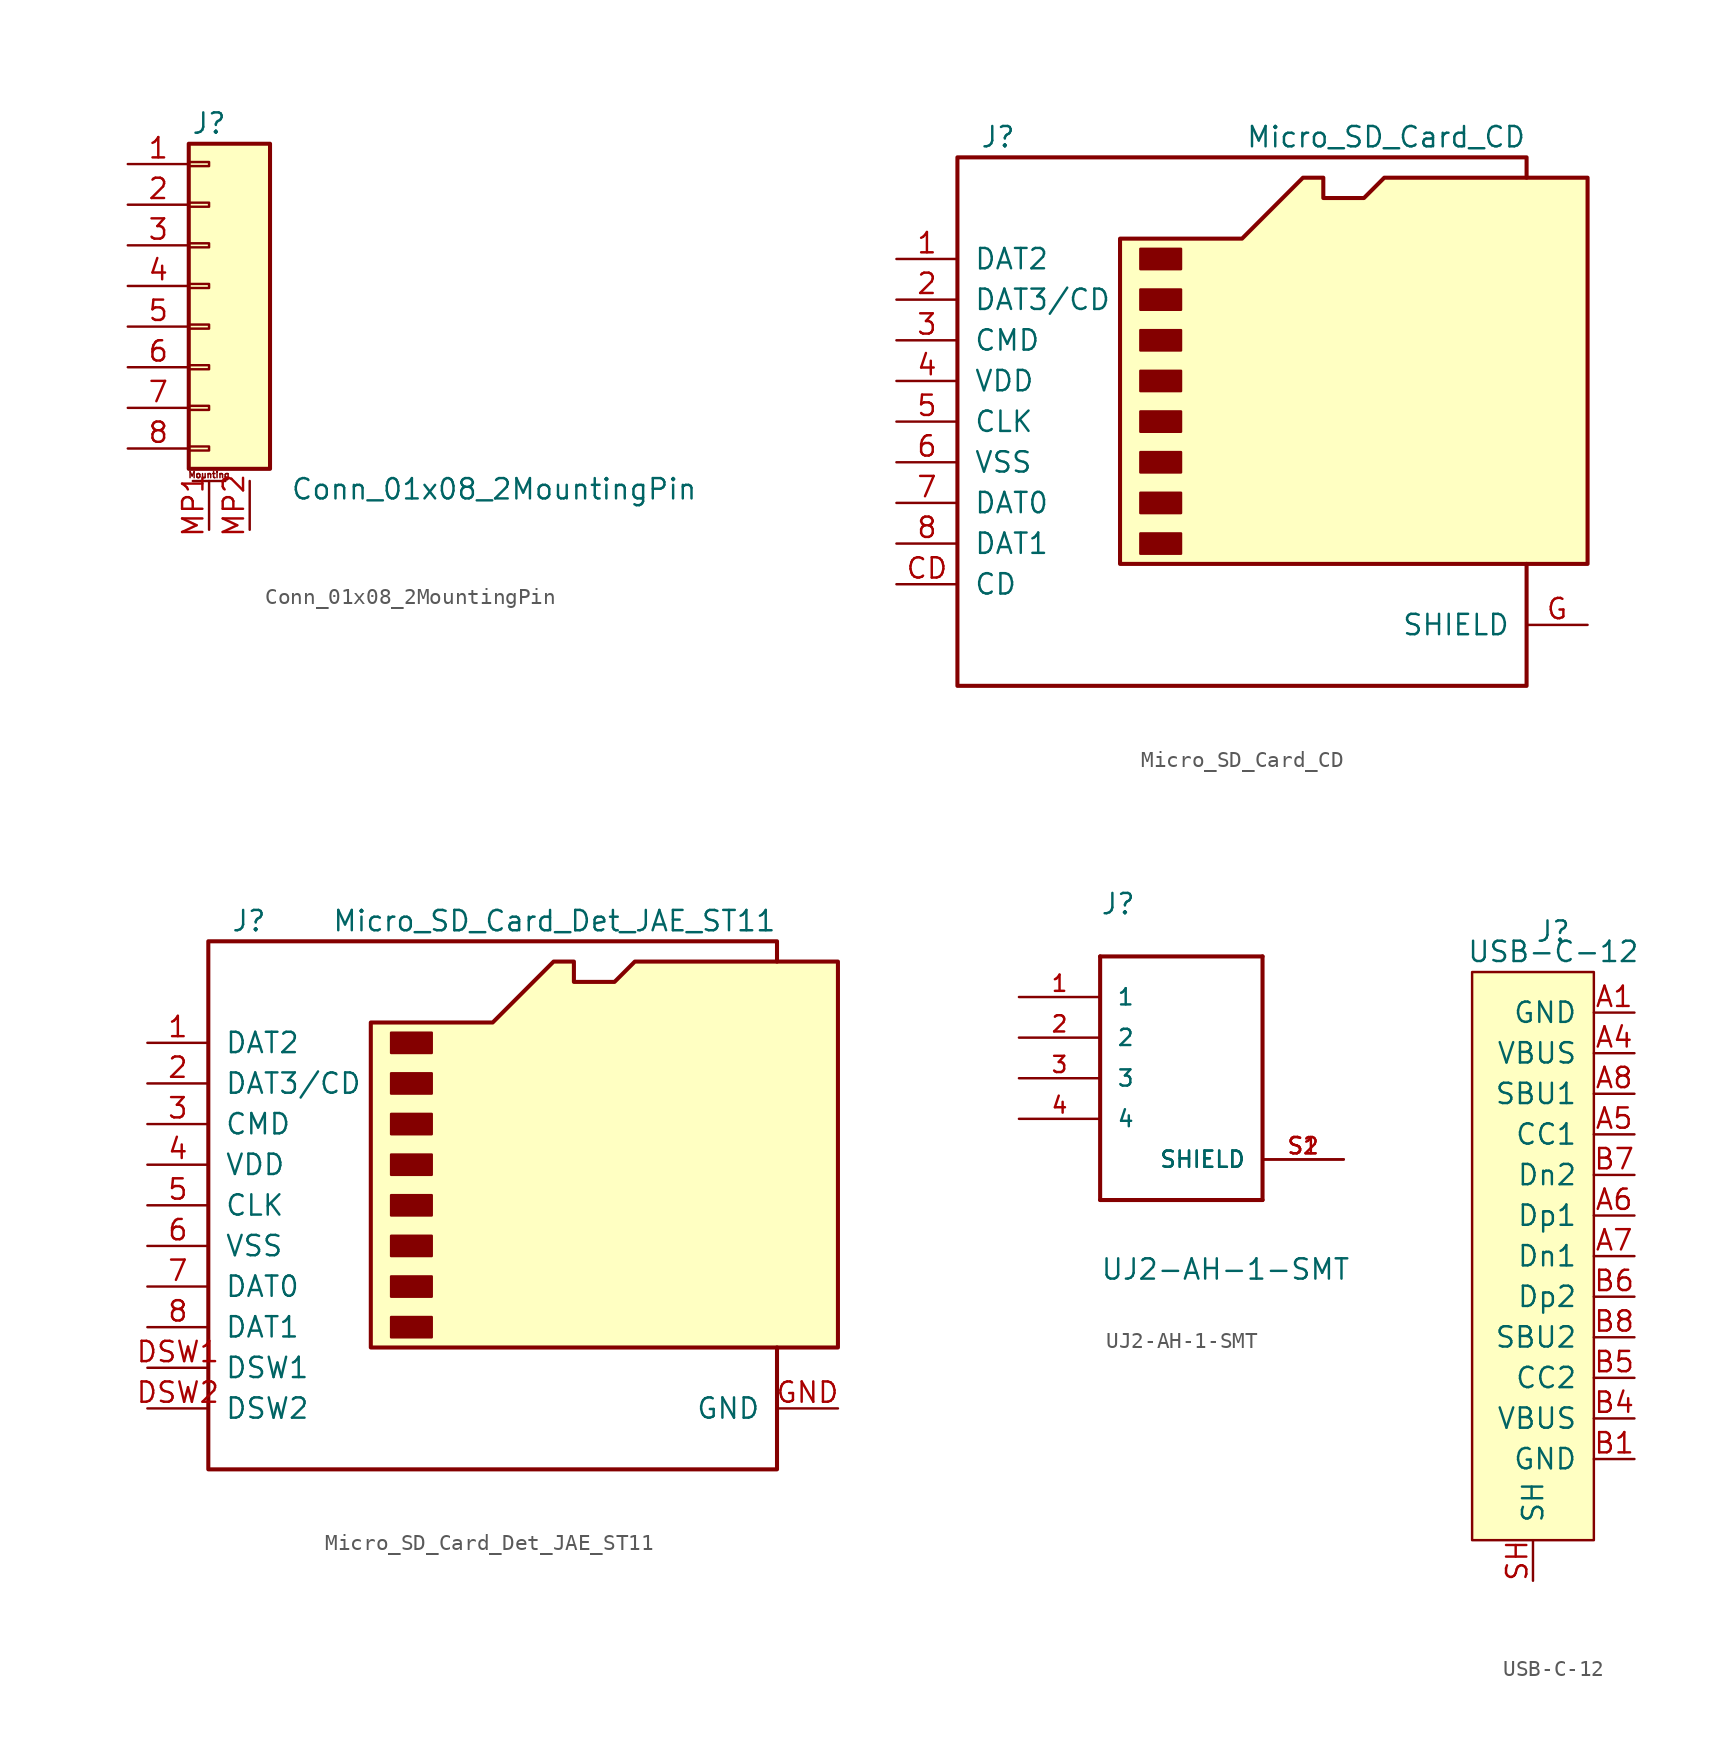
<source format=kicad_sym>
(kicad_symbol_lib
  (version 20220914)
  (generator kicad_symbol_editor)
  (symbol "Conn_01x08_2MountingPin"
    (pin_names
      (offset 1.016) hide)
    (property "Reference" "J"
      (at 0 10.16 0)
      (effects (font (size 1.27 1.27))))
    (property "Value" "Conn_01x08_2MountingPin"
      (at 5.08 -12.7 0)
      (effects (font (size 1.27 1.27)) (justify left)))
    (symbol "Conn_01x08_2MountingPin_1_1"
      (rectangle (start -1.27 -10.033) (end 0 -10.287) (stroke (width 0.152) (type default)) (fill (type none)))
      (rectangle (start -1.27 -7.493) (end 0 -7.747) (stroke (width 0.152) (type default)) (fill (type none)))
      (rectangle (start -1.27 -4.953) (end 0 -5.207) (stroke (width 0.152) (type default)) (fill (type none)))
      (rectangle (start -1.27 -2.413) (end 0 -2.667) (stroke (width 0.152) (type default)) (fill (type none)))
      (rectangle (start -1.27 0.127) (end 0 -0.127) (stroke (width 0.152) (type default)) (fill (type none)))
      (rectangle (start -1.27 2.667) (end 0 2.413) (stroke (width 0.152) (type default)) (fill (type none)))
      (rectangle (start -1.27 5.207) (end 0 4.953) (stroke (width 0.152) (type default)) (fill (type none)))
      (rectangle (start -1.27 7.747) (end 0 7.493) (stroke (width 0.152) (type default)) (fill (type none)))
      (rectangle (start -1.27 8.89) (end 3.81 -11.43) (stroke (width 0.254) (type default)) (fill (type background)))
      (polyline (pts (xy -1.016 -12.192) (xy 1.016 -12.192)) (stroke (width 0.152) (type default)) (fill (type none)))
      (text "Mounting" (at 0 -11.811 0) (effects (font (size 0.381 0.381))))
      (pin passive line (at -5.08 7.62 0) (length 3.81) (name "Pin_1" (effects (font (size 1.27 1.27)))) (number "1" (effects (font (size 1.27 1.27)))))
      (pin passive line (at -5.08 5.08 0) (length 3.81) (name "Pin_2" (effects (font (size 1.27 1.27)))) (number "2" (effects (font (size 1.27 1.27)))))
      (pin passive line (at -5.08 2.54 0) (length 3.81) (name "Pin_3" (effects (font (size 1.27 1.27)))) (number "3" (effects (font (size 1.27 1.27)))))
      (pin passive line (at -5.08 0 0) (length 3.81) (name "Pin_4" (effects (font (size 1.27 1.27)))) (number "4" (effects (font (size 1.27 1.27)))))
      (pin passive line (at -5.08 -2.54 0) (length 3.81) (name "Pin_5" (effects (font (size 1.27 1.27)))) (number "5" (effects (font (size 1.27 1.27)))))
      (pin passive line (at -5.08 -5.08 0) (length 3.81) (name "Pin_6" (effects (font (size 1.27 1.27)))) (number "6" (effects (font (size 1.27 1.27)))))
      (pin passive line (at -5.08 -7.62 0) (length 3.81) (name "Pin_7" (effects (font (size 1.27 1.27)))) (number "7" (effects (font (size 1.27 1.27)))))
      (pin passive line (at -5.08 -10.16 0) (length 3.81) (name "Pin_8" (effects (font (size 1.27 1.27)))) (number "8" (effects (font (size 1.27 1.27)))))
      (pin passive line (at 0 -15.24 90) (length 3.048) (name "MountPin" (effects (font (size 1.27 1.27)))) (number "MP1" (effects (font (size 1.27 1.27)))))
      (pin passive line (at 2.54 -15.24 90) (length 3.048) (name "MountPin" (effects (font (size 1.27 1.27)))) (number "MP2" (effects (font (size 1.27 1.27)))))))
  (symbol "Micro_SD_Card_CD"
    (pin_names
      (offset 1.016))
    (property "Reference" "J"
      (at -16.51 17.78 0)
      (effects (font (size 1.27 1.27))))
    (property "Value" "Micro_SD_Card_CD"
      (at 16.51 17.78 0)
      (effects (font (size 1.27 1.27)) (justify right)))
    (symbol "Micro_SD_Card_CD_0_1"
      (rectangle (start -7.62 -6.985) (end -5.08 -8.255) (stroke (width 0) (type default)) (fill (type outline)))
      (rectangle (start -7.62 -4.445) (end -5.08 -5.715) (stroke (width 0) (type default)) (fill (type outline)))
      (rectangle (start -7.62 -1.905) (end -5.08 -3.175) (stroke (width 0) (type default)) (fill (type outline)))
      (rectangle (start -7.62 0.635) (end -5.08 -0.635) (stroke (width 0) (type default)) (fill (type outline)))
      (rectangle (start -7.62 3.175) (end -5.08 1.905) (stroke (width 0) (type default)) (fill (type outline)))
      (rectangle (start -7.62 5.715) (end -5.08 4.445) (stroke (width 0) (type default)) (fill (type outline)))
      (rectangle (start -7.62 8.255) (end -5.08 6.985) (stroke (width 0) (type default)) (fill (type outline)))
      (rectangle (start -7.62 10.795) (end -5.08 9.525) (stroke (width 0) (type default)) (fill (type outline)))
      (polyline (pts (xy 16.51 15.24) (xy 16.51 16.51) (xy -19.05 16.51) (xy -19.05 -16.51) (xy 16.51 -16.51) (xy 16.51 -8.89)) (stroke (width 0.254) (type default)) (fill (type none)))
      (polyline (pts (xy -8.89 -8.89) (xy -8.89 11.43) (xy -1.27 11.43) (xy 2.54 15.24) (xy 3.81 15.24) (xy 3.81 13.97) (xy 6.35 13.97) (xy 7.62 15.24) (xy 20.32 15.24) (xy 20.32 -8.89) (xy -8.89 -8.89)) (stroke (width 0.254) (type default)) (fill (type background))))
    (symbol "Micro_SD_Card_CD_1_1"
      (pin bidirectional line (at -22.86 10.16 0) (length 3.81) (name "DAT2" (effects (font (size 1.27 1.27)))) (number "1" (effects (font (size 1.27 1.27)))))
      (pin bidirectional line (at -22.86 7.62 0) (length 3.81) (name "DAT3/CD" (effects (font (size 1.27 1.27)))) (number "2" (effects (font (size 1.27 1.27)))))
      (pin input line (at -22.86 5.08 0) (length 3.81) (name "CMD" (effects (font (size 1.27 1.27)))) (number "3" (effects (font (size 1.27 1.27)))))
      (pin power_in line (at -22.86 2.54 0) (length 3.81) (name "VDD" (effects (font (size 1.27 1.27)))) (number "4" (effects (font (size 1.27 1.27)))))
      (pin input line (at -22.86 0 0) (length 3.81) (name "CLK" (effects (font (size 1.27 1.27)))) (number "5" (effects (font (size 1.27 1.27)))))
      (pin power_in line (at -22.86 -2.54 0) (length 3.81) (name "VSS" (effects (font (size 1.27 1.27)))) (number "6" (effects (font (size 1.27 1.27)))))
      (pin input line (at -22.86 -5.08 0) (length 3.81) (name "DAT0" (effects (font (size 1.27 1.27)))) (number "7" (effects (font (size 1.27 1.27)))))
      (pin input line (at -22.86 -7.62 0) (length 3.81) (name "DAT1" (effects (font (size 1.27 1.27)))) (number "8" (effects (font (size 1.27 1.27)))))
      (pin passive line (at -22.86 -10.16 0) (length 3.81) (name "CD" (effects (font (size 1.27 1.27)))) (number "CD" (effects (font (size 1.27 1.27)))))
      (pin passive line (at 20.32 -12.7 180) (length 3.81) (name "SHIELD" (effects (font (size 1.27 1.27)))) (number "G" (effects (font (size 1.27 1.27)))))))
  (symbol "Micro_SD_Card_Det_JAE_ST11"
    (pin_names
      (offset 1.016))
    (property "Reference" "J"
      (at -16.51 17.78 0)
      (effects (font (size 1.27 1.27))))
    (property "Value" "Micro_SD_Card_Det_JAE_ST11"
      (at 16.51 17.78 0)
      (effects (font (size 1.27 1.27)) (justify right)))
    (symbol "Micro_SD_Card_Det_JAE_ST11_0_1"
      (rectangle (start -7.62 -6.985) (end -5.08 -8.255) (stroke (width 0) (type default)) (fill (type outline)))
      (rectangle (start -7.62 -4.445) (end -5.08 -5.715) (stroke (width 0) (type default)) (fill (type outline)))
      (rectangle (start -7.62 -1.905) (end -5.08 -3.175) (stroke (width 0) (type default)) (fill (type outline)))
      (rectangle (start -7.62 0.635) (end -5.08 -0.635) (stroke (width 0) (type default)) (fill (type outline)))
      (rectangle (start -7.62 3.175) (end -5.08 1.905) (stroke (width 0) (type default)) (fill (type outline)))
      (rectangle (start -7.62 5.715) (end -5.08 4.445) (stroke (width 0) (type default)) (fill (type outline)))
      (rectangle (start -7.62 8.255) (end -5.08 6.985) (stroke (width 0) (type default)) (fill (type outline)))
      (rectangle (start -7.62 10.795) (end -5.08 9.525) (stroke (width 0) (type default)) (fill (type outline)))
      (polyline (pts (xy 16.51 15.24) (xy 16.51 16.51) (xy -19.05 16.51) (xy -19.05 -16.51) (xy 16.51 -16.51) (xy 16.51 -8.89)) (stroke (width 0.254) (type default)) (fill (type none)))
      (polyline (pts (xy -8.89 -8.89) (xy -8.89 11.43) (xy -1.27 11.43) (xy 2.54 15.24) (xy 3.81 15.24) (xy 3.81 13.97) (xy 6.35 13.97) (xy 7.62 15.24) (xy 20.32 15.24) (xy 20.32 -8.89) (xy -8.89 -8.89)) (stroke (width 0.254) (type default)) (fill (type background))))
    (symbol "Micro_SD_Card_Det_JAE_ST11_1_1"
      (pin bidirectional line (at -22.86 10.16 0) (length 3.81) (name "DAT2" (effects (font (size 1.27 1.27)))) (number "1" (effects (font (size 1.27 1.27)))))
      (pin bidirectional line (at -22.86 7.62 0) (length 3.81) (name "DAT3/CD" (effects (font (size 1.27 1.27)))) (number "2" (effects (font (size 1.27 1.27)))))
      (pin input line (at -22.86 5.08 0) (length 3.81) (name "CMD" (effects (font (size 1.27 1.27)))) (number "3" (effects (font (size 1.27 1.27)))))
      (pin power_in line (at -22.86 2.54 0) (length 3.81) (name "VDD" (effects (font (size 1.27 1.27)))) (number "4" (effects (font (size 1.27 1.27)))))
      (pin input line (at -22.86 0 0) (length 3.81) (name "CLK" (effects (font (size 1.27 1.27)))) (number "5" (effects (font (size 1.27 1.27)))))
      (pin power_in line (at -22.86 -2.54 0) (length 3.81) (name "VSS" (effects (font (size 1.27 1.27)))) (number "6" (effects (font (size 1.27 1.27)))))
      (pin bidirectional line (at -22.86 -5.08 0) (length 3.81) (name "DAT0" (effects (font (size 1.27 1.27)))) (number "7" (effects (font (size 1.27 1.27)))))
      (pin bidirectional line (at -22.86 -7.62 0) (length 3.81) (name "DAT1" (effects (font (size 1.27 1.27)))) (number "8" (effects (font (size 1.27 1.27)))))
      (pin passive line (at -22.86 -10.16 0) (length 3.81) (name "DSW1" (effects (font (size 1.27 1.27)))) (number "DSW1" (effects (font (size 1.27 1.27)))))
      (pin passive line (at -22.86 -12.7 0) (length 3.81) (name "DSW2" (effects (font (size 1.27 1.27)))) (number "DSW2" (effects (font (size 1.27 1.27)))))
      (pin passive line (at 20.32 -12.7 180) (length 3.81) (name "GND" (effects (font (size 1.27 1.27)))) (number "GND" (effects (font (size 1.27 1.27)))))))
  (symbol "UJ2-AH-1-SMT"
    (pin_names
      (offset 1.016))
    (property "Reference" "J"
      (at -5.08 10.16 0)
      (effects (font (size 1.27 1.27)) (justify left bottom)))
    (property "Value" "UJ2-AH-1-SMT"
      (at -5.08 -12.7 0)
      (effects (font (size 1.27 1.27)) (justify left bottom)))
    (property "ki_locked" ""
      (at 0 0 0)
      (effects (font (size 1.27 1.27))))
    (symbol "UJ2-AH-1-SMT_0_0"
      (polyline (pts (xy -5.08 -7.62) (xy 5.08 -7.62)) (stroke (width 0.254) (type default)) (fill (type none)))
      (polyline (pts (xy -5.08 7.62) (xy -5.08 -7.62)) (stroke (width 0.254) (type default)) (fill (type none)))
      (polyline (pts (xy 5.08 -7.62) (xy 5.08 7.62)) (stroke (width 0.254) (type default)) (fill (type none)))
      (polyline (pts (xy 5.08 7.62) (xy -5.08 7.62)) (stroke (width 0.254) (type default)) (fill (type none)))
      (pin passive line (at -10.16 5.08 0) (length 5.08) (name "1" (effects (font (size 1.016 1.016)))) (number "1" (effects (font (size 1.016 1.016)))))
      (pin passive line (at -10.16 2.54 0) (length 5.08) (name "2" (effects (font (size 1.016 1.016)))) (number "2" (effects (font (size 1.016 1.016)))))
      (pin passive line (at -10.16 0 0) (length 5.08) (name "3" (effects (font (size 1.016 1.016)))) (number "3" (effects (font (size 1.016 1.016)))))
      (pin passive line (at -10.16 -2.54 0) (length 5.08) (name "4" (effects (font (size 1.016 1.016)))) (number "4" (effects (font (size 1.016 1.016)))))
      (pin passive line (at 10.16 -5.08 180) (length 5.08) (name "SHIELD" (effects (font (size 1.016 1.016)))) (number "S1" (effects (font (size 1.016 1.016)))))
      (pin passive line (at 10.16 -5.08 180) (length 5.08) (name "SHIELD" (effects (font (size 1.016 1.016)))) (number "S2" (effects (font (size 1.016 1.016)))))))
  (symbol "USB-C-12"
    (pin_names
      (offset 1.016))
    (property "Reference" "J"
      (at 0 1.27 0)
      (effects (font (size 1.27 1.27))))
    (property "Value" "USB-C-12"
      (at 0 0 0)
      (effects (font (size 1.27 1.27))))
    (symbol "USB-C-12_0_1"
      (rectangle (start 2.54 -1.27) (end -5.08 -36.83) (stroke (width 0) (type default)) (fill (type background))))
    (symbol "USB-C-12_1_1"
      (pin passive line (at 5.08 -3.81 180) (length 2.54) (name "GND" (effects (font (size 1.27 1.27)))) (number "A1" (effects (font (size 1.27 1.27)))))
      (pin passive line (at 5.08 -6.35 180) (length 2.54) (name "VBUS" (effects (font (size 1.27 1.27)))) (number "A4" (effects (font (size 1.27 1.27)))))
      (pin passive line (at 5.08 -11.43 180) (length 2.54) (name "CC1" (effects (font (size 1.27 1.27)))) (number "A5" (effects (font (size 1.27 1.27)))))
      (pin passive line (at 5.08 -16.51 180) (length 2.54) (name "Dp1" (effects (font (size 1.27 1.27)))) (number "A6" (effects (font (size 1.27 1.27)))))
      (pin passive line (at 5.08 -19.05 180) (length 2.54) (name "Dn1" (effects (font (size 1.27 1.27)))) (number "A7" (effects (font (size 1.27 1.27)))))
      (pin passive line (at 5.08 -8.89 180) (length 2.54) (name "SBU1" (effects (font (size 1.27 1.27)))) (number "A8" (effects (font (size 1.27 1.27)))))
      (pin passive line (at 5.08 -31.75 180) (length 2.54) (name "GND" (effects (font (size 1.27 1.27)))) (number "B1" (effects (font (size 1.27 1.27)))))
      (pin passive line (at 5.08 -29.21 180) (length 2.54) (name "VBUS" (effects (font (size 1.27 1.27)))) (number "B4" (effects (font (size 1.27 1.27)))))
      (pin passive line (at 5.08 -26.67 180) (length 2.54) (name "CC2" (effects (font (size 1.27 1.27)))) (number "B5" (effects (font (size 1.27 1.27)))))
      (pin passive line (at 5.08 -21.59 180) (length 2.54) (name "Dp2" (effects (font (size 1.27 1.27)))) (number "B6" (effects (font (size 1.27 1.27)))))
      (pin passive line (at 5.08 -13.97 180) (length 2.54) (name "Dn2" (effects (font (size 1.27 1.27)))) (number "B7" (effects (font (size 1.27 1.27)))))
      (pin passive line (at 5.08 -24.13 180) (length 2.54) (name "SBU2" (effects (font (size 1.27 1.27)))) (number "B8" (effects (font (size 1.27 1.27)))))
      (pin passive line (at -1.27 -39.37 90) (length 2.54) (name "SH" (effects (font (size 1.27 1.27)))) (number "SH" (effects (font (size 1.27 1.27))))))))
</source>
